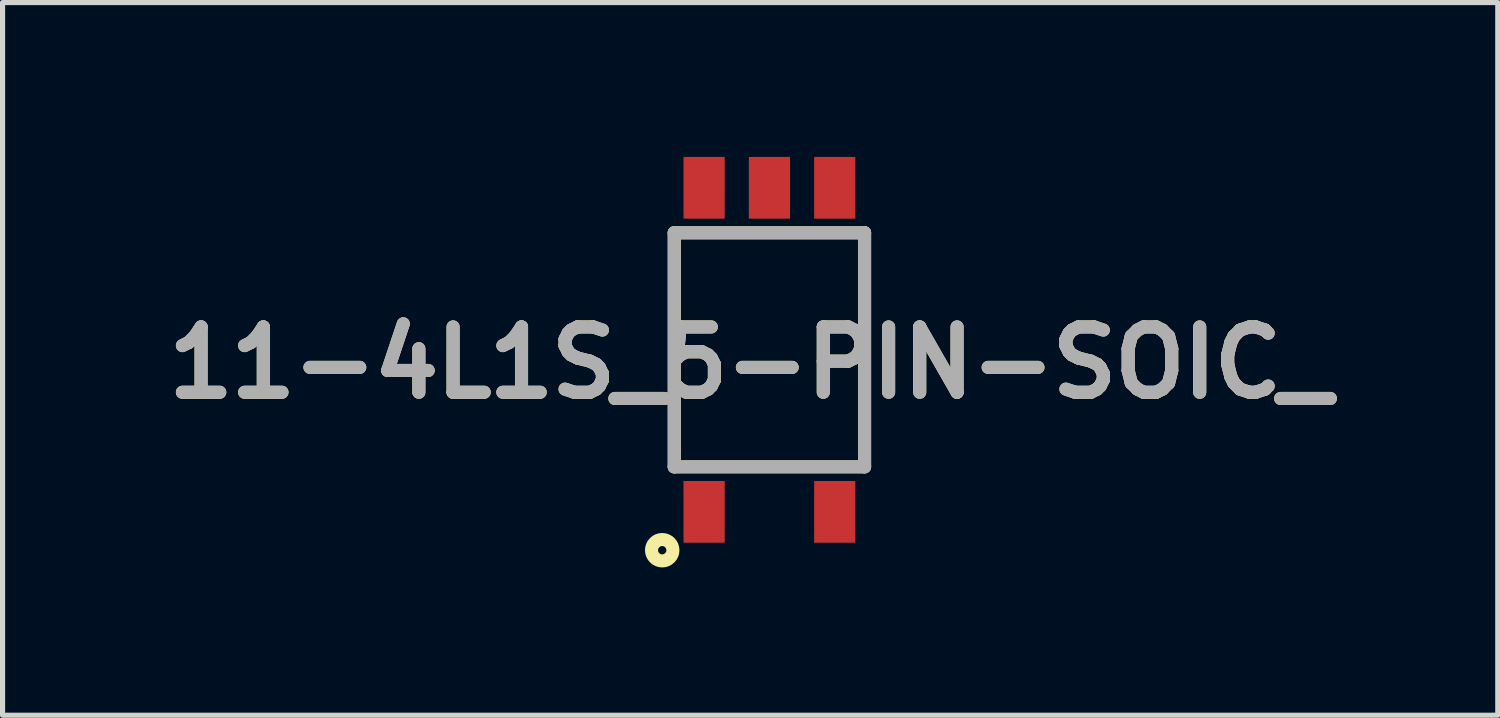
<source format=kicad_pcb>
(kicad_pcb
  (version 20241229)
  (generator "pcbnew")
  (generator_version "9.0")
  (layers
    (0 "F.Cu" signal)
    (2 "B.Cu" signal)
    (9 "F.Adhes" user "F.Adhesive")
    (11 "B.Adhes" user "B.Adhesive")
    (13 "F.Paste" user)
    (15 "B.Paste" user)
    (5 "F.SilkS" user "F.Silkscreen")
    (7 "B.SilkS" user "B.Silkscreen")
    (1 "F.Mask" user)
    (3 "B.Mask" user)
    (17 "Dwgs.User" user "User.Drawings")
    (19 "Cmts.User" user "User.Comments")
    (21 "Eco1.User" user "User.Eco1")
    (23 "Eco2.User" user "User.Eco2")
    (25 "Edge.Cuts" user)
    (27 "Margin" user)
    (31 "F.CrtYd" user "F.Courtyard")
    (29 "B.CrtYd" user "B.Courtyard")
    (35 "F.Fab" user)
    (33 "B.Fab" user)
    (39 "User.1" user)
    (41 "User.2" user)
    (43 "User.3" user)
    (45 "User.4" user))
  (footprint "11-4L1S_5-PIN-SOIC_"
    (layer "F.Cu")
    (at 11.907 3.75)
    (property "Reference" "11-4L1S_5-PIN-SOIC_" (at -0.374 0.251 0) (layer "F.SilkS") (effects (font (size 1.27 1.27) (thickness 0.254))))
    (attr smd)
    (fp_line (start -1.85 -2.275) (end -1.85 2.275) (stroke (width 0.254) (type solid)) (layer "F.SilkS"))
    (fp_line (start -1.85 2.275) (end 1.85 2.275) (stroke (width 0.254) (type solid)) (layer "F.SilkS"))
    (fp_line (start 1.85 -2.275) (end -1.85 -2.275) (stroke (width 0.254) (type solid)) (layer "F.SilkS"))
    (fp_line (start 1.85 2.275) (end 1.85 -2.275) (stroke (width 0.254) (type solid)) (layer "F.SilkS"))
    (fp_circle (center -2.084 3.896) (end -2.084 3.977) (stroke (width 0.254) (type solid)) (fill no) (layer "F.SilkS"))
    (fp_line (start -1.85 -2.275) (end 1.85 -2.275) (stroke (width 0.254) (type solid)) (layer "F.Fab"))
    (fp_line (start -1.85 2.275) (end -1.85 -2.275) (stroke (width 0.254) (type solid)) (layer "F.Fab"))
    (fp_line (start 1.85 -2.275) (end 1.85 2.275) (stroke (width 0.254) (type solid)) (layer "F.Fab"))
    (fp_line (start 1.85 2.275) (end -1.85 2.275) (stroke (width 0.254) (type solid)) (layer "F.Fab"))
    (fp_text user "${REFERENCE}" (at -0.374 0.251 0) (layer "F.Fab") (effects (font (size 1.27 1.27) (thickness 0.254))))
    (pad "1" smd rect (at -1.27 3.15) (size 0.8 1.2) (layers "F.Cu" "F.Mask" "F.Paste"))
    (pad "3" smd rect (at 1.27 3.15) (size 0.8 1.2) (layers "F.Cu" "F.Mask" "F.Paste"))
    (pad "4" smd rect (at 1.27 -3.15) (size 0.8 1.2) (layers "F.Cu" "F.Mask" "F.Paste"))
    (pad "5" smd rect (at 0 -3.15) (size 0.8 1.2) (layers "F.Cu" "F.Mask" "F.Paste"))
    (pad "6" smd rect (at -1.27 -3.15) (size 0.8 1.2) (layers "F.Cu" "F.Mask" "F.Paste")))
  (gr_rect
    (start -3 -3)
    (end 26.066 10.854)
    (stroke (width 0.1) (type default))
    (fill no)
    (layer "Edge.Cuts")))
</source>
